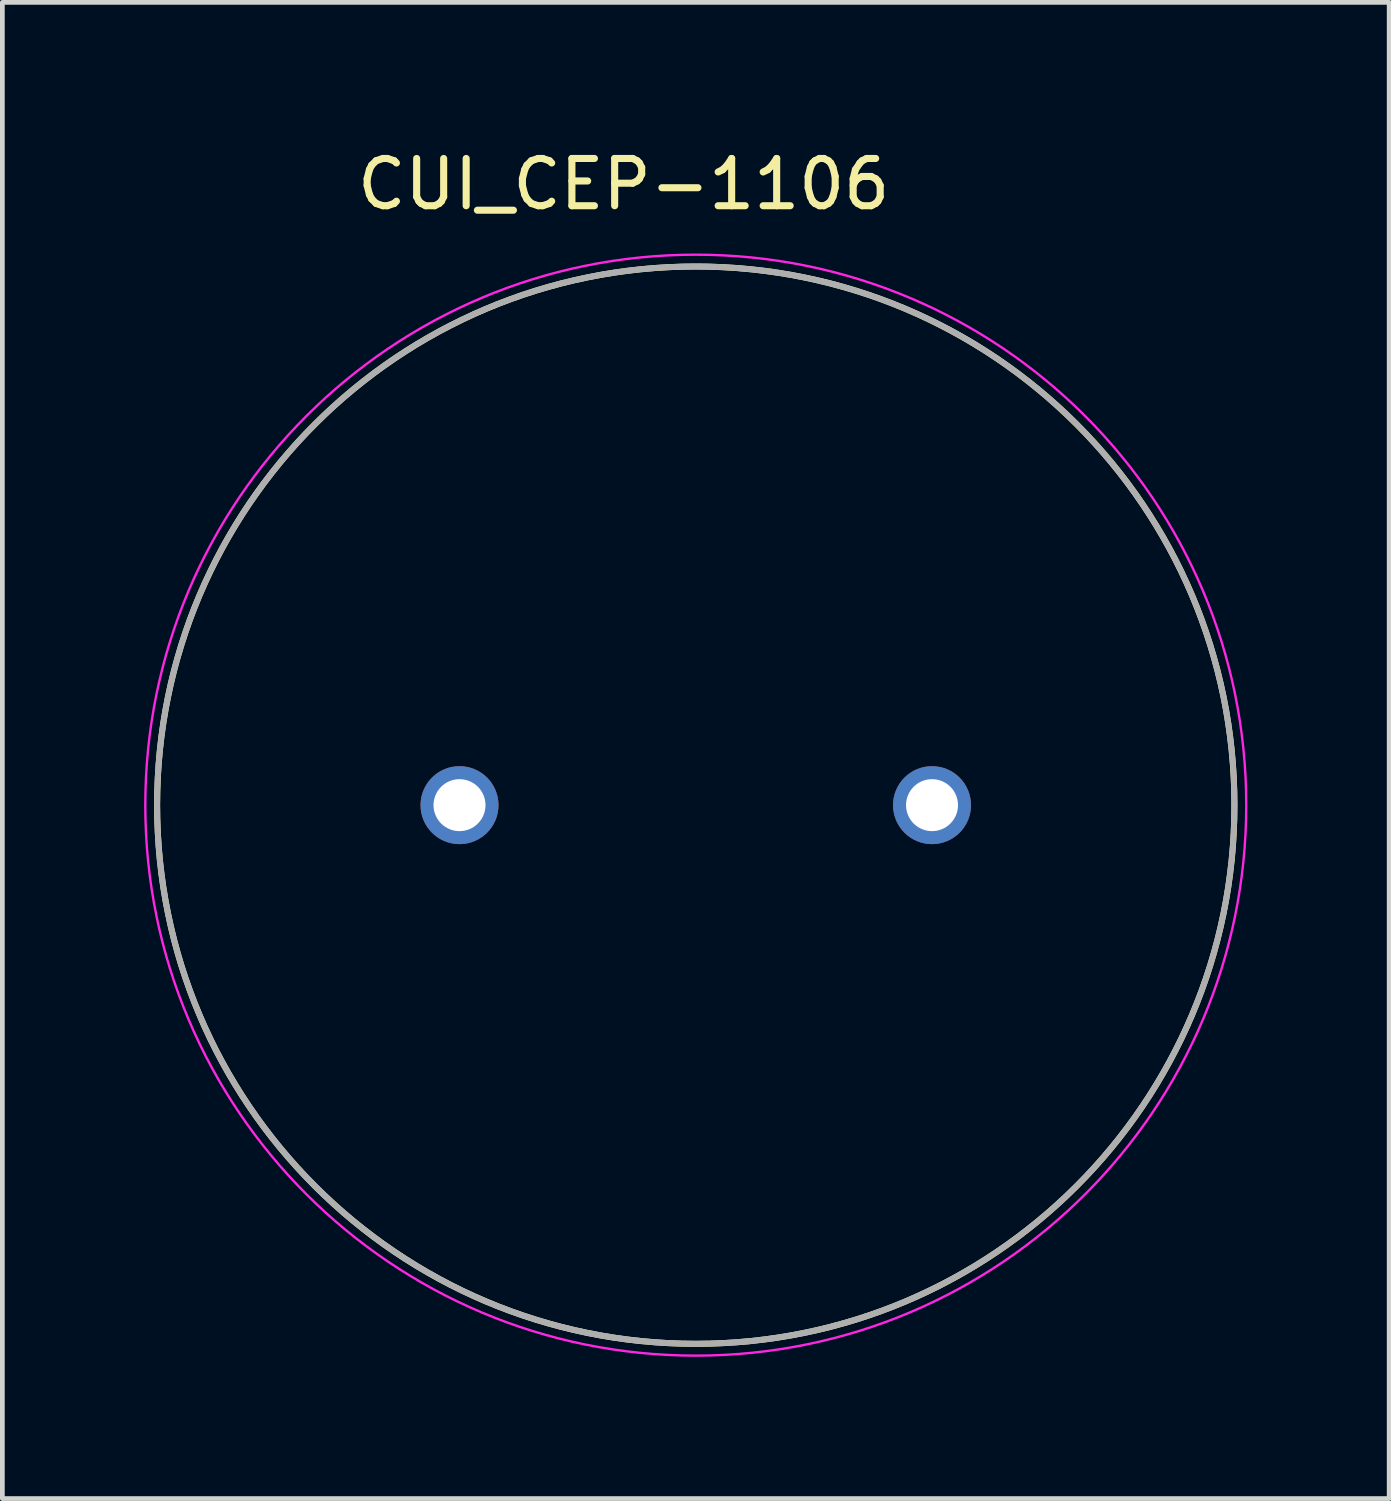
<source format=kicad_pcb>
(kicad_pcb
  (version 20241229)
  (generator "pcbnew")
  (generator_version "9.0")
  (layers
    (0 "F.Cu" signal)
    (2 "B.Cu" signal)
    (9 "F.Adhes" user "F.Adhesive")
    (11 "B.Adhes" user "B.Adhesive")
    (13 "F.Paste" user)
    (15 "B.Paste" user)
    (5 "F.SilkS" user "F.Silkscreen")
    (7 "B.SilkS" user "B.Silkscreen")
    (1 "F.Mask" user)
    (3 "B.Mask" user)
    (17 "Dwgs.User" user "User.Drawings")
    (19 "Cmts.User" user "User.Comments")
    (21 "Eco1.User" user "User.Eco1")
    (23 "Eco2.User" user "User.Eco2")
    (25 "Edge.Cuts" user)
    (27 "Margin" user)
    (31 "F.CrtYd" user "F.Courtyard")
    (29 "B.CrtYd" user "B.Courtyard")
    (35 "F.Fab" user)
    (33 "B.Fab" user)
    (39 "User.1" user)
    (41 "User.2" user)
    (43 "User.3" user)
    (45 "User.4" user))
  (footprint "CUI_CEP-1106"
    (layer "F.Cu")
    (at 11.675 13.99)
    (property "Reference" "CUI_CEP-1106" (at -1.526 -13.141 0) (layer "F.SilkS") (effects (font (size 1 1) (thickness 0.15))))
    (attr through_hole)
    (fp_circle (center 0 0) (end 11.4 0) (stroke (width 0.127) (type solid)) (fill no) (layer "F.SilkS"))
    (fp_circle (center 0 0) (end 11.65 0) (stroke (width 0.05) (type solid)) (fill no) (layer "F.CrtYd"))
    (fp_circle (center 0 0) (end 11.4 0) (stroke (width 0.127) (type solid)) (fill no) (layer "F.Fab"))
    (pad "1" thru_hole circle (at -5 0) (size 1.65 1.65) (drill 1.1) (layers "*.Cu" "*.Mask"))
    (pad "2" thru_hole circle (at 5 0) (size 1.65 1.65) (drill 1.1) (layers "*.Cu" "*.Mask")))
  (gr_rect
    (start -3 -3)
    (end 26.35 28.665)
    (stroke (width 0.1) (type default))
    (fill no)
    (layer "Edge.Cuts")))
</source>
